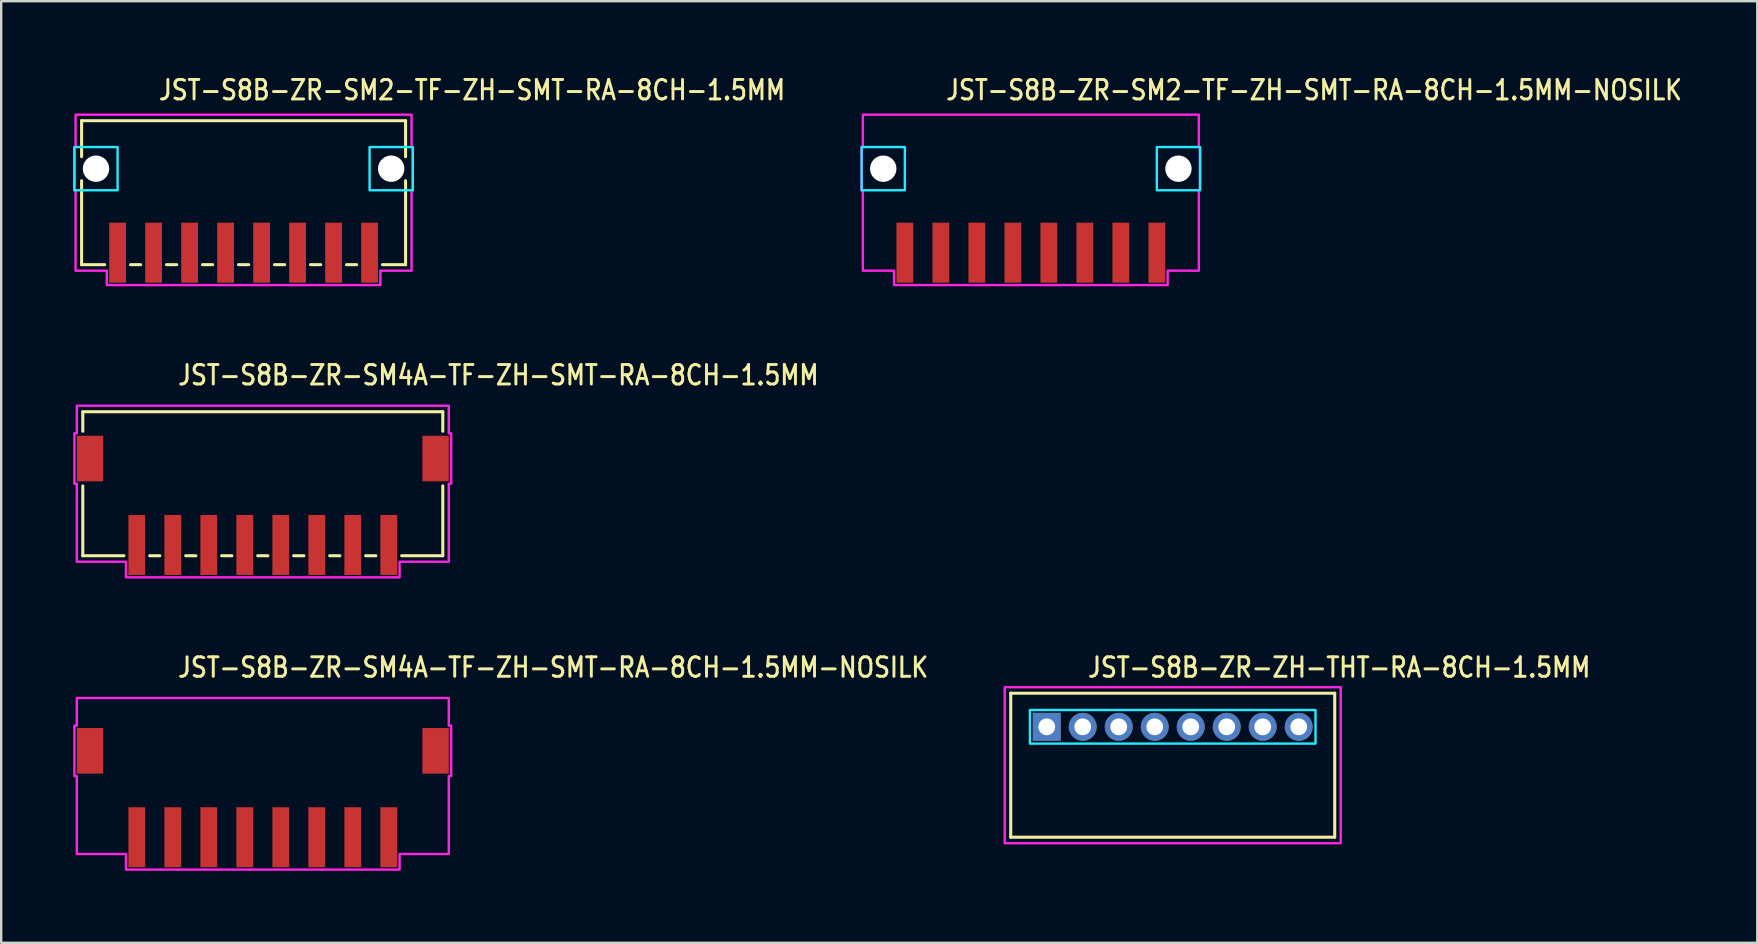
<source format=kicad_pcb>
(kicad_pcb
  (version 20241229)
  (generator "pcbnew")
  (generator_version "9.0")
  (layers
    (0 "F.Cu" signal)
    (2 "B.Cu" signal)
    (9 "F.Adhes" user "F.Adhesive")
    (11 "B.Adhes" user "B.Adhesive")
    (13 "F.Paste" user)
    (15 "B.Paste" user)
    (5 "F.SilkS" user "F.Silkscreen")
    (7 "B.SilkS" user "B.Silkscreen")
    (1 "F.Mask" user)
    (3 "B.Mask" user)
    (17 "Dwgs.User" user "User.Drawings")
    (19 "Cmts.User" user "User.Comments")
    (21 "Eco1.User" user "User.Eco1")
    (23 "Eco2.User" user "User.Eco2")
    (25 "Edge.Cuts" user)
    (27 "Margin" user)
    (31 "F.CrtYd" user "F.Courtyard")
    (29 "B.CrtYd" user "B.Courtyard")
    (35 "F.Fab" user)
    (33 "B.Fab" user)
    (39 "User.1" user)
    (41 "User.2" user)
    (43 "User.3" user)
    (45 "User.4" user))
  (footprint "JST-S8B-ZR-SM2-TF-ZH-SMT-RA-8CH-1.5MM"
    (layer "F.Cu")
    (at 7.1 3.979)
    (property "Reference" "JST-S8B-ZR-SM2-TF-ZH-SMT-RA-8CH-1.5MM" (at -3.6 -2.8 0) (unlocked yes) (layer "F.SilkS") (effects (font (size 0.813 0.695) (thickness 0.122)) (justify left bottom)))
    (fp_line (start -6.75 -2) (end -6.75 -0.5) (stroke (width 0.127) (type solid)) (layer "F.SilkS"))
    (fp_line (start -6.75 -2) (end 6.75 -2) (stroke (width 0.127) (type solid)) (layer "F.SilkS"))
    (fp_line (start -6.75 4) (end -6.75 0.5) (stroke (width 0.127) (type solid)) (layer "F.SilkS"))
    (fp_line (start -6.75 4) (end -5.787 4) (stroke (width 0.127) (type solid)) (layer "F.SilkS"))
    (fp_line (start -4.713 4) (end -4.287 4) (stroke (width 0.127) (type solid)) (layer "F.SilkS"))
    (fp_line (start -3.213 4) (end -2.787 4) (stroke (width 0.127) (type solid)) (layer "F.SilkS"))
    (fp_line (start -1.714 4) (end -1.286 4) (stroke (width 0.127) (type solid)) (layer "F.SilkS"))
    (fp_line (start -0.213 4) (end 0.213 4) (stroke (width 0.127) (type solid)) (layer "F.SilkS"))
    (fp_line (start 1.286 4) (end 1.714 4) (stroke (width 0.127) (type solid)) (layer "F.SilkS"))
    (fp_line (start 2.787 4) (end 3.213 4) (stroke (width 0.127) (type solid)) (layer "F.SilkS"))
    (fp_line (start 4.287 4) (end 4.713 4) (stroke (width 0.127) (type solid)) (layer "F.SilkS"))
    (fp_line (start 5.787 4) (end 6.75 4) (stroke (width 0.127) (type solid)) (layer "F.SilkS"))
    (fp_line (start 6.75 -0.5) (end 6.75 -2) (stroke (width 0.127) (type solid)) (layer "F.SilkS"))
    (fp_line (start 6.75 0.5) (end 6.75 4) (stroke (width 0.127) (type solid)) (layer "F.SilkS"))
    (fp_poly (pts (xy -7.05 -0.9) (xy -7.05 0.9) (xy -5.25 0.9) (xy -5.25 -0.9)) (stroke (width 0.1) (type solid)) (fill no) (layer "B.CrtYd"))
    (fp_poly (pts (xy 7.05 -0.9) (xy 7.05 0.9) (xy 5.25 0.9) (xy 5.25 -0.9)) (stroke (width 0.1) (type solid)) (fill no) (layer "B.CrtYd"))
    (fp_poly (pts (xy -7 -2.25) (xy -7 -0.9) (xy -7.05 -0.9) (xy -7.05 0.9) (xy -7 0.9) (xy -7 4.25) (xy -5.7 4.25) (xy -5.7 4.85) (xy 5.7 4.85) (xy 5.7 4.25) (xy 7 4.25) (xy 7 0.9) (xy 7.05 0.9) (xy 7.05 -0.9) (xy 7 -0.9) (xy 7 -2.25)) (stroke (width 0.1) (type solid)) (fill no) (layer "F.CrtYd"))
    (pad "" np_thru_hole circle (at -6.15 0) (size 1.1 1.1) (drill 1.1) (layers "*.Cu" "*.Mask"))
    (pad "" np_thru_hole circle (at 6.15 0) (size 1.1 1.1) (drill 1.1) (layers "*.Cu" "*.Mask"))
    (pad "1" smd rect (at 5.25 3.5) (size 0.7 2.5) (layers "F.Cu" "F.Mask" "F.Paste"))
    (pad "2" smd rect (at 3.75 3.5) (size 0.7 2.5) (layers "F.Cu" "F.Mask" "F.Paste"))
    (pad "3" smd rect (at 2.25 3.5) (size 0.7 2.5) (layers "F.Cu" "F.Mask" "F.Paste"))
    (pad "4" smd rect (at 0.75 3.5) (size 0.7 2.5) (layers "F.Cu" "F.Mask" "F.Paste"))
    (pad "5" smd rect (at -0.75 3.5) (size 0.7 2.5) (layers "F.Cu" "F.Mask" "F.Paste"))
    (pad "6" smd rect (at -2.25 3.5) (size 0.7 2.5) (layers "F.Cu" "F.Mask" "F.Paste"))
    (pad "7" smd rect (at -3.75 3.5) (size 0.7 2.5) (layers "F.Cu" "F.Mask" "F.Paste"))
    (pad "8" smd rect (at -5.25 3.5) (size 0.7 2.5) (layers "F.Cu" "F.Mask" "F.Paste")))
  (footprint "JST-S8B-ZR-SM4A-TF-ZH-SMT-RA-8CH-1.5MM-NOSILK"
    (layer "F.Cu")
    (at 7.9 28.236)
    (property "Reference" "JST-S8B-ZR-SM4A-TF-ZH-SMT-RA-8CH-1.5MM-NOSILK" (at -3.6 -3 0) (unlocked yes) (layer "F.SilkS") (effects (font (size 0.813 0.695) (thickness 0.122)) (justify left bottom)))
    (fp_poly (pts (xy -7.75 -2.2) (xy -7.75 -1.05) (xy -7.85 -1.05) (xy -7.85 1.05) (xy -7.75 1.05) (xy -7.75 4.3) (xy -5.7 4.3) (xy -5.7 4.95) (xy 5.7 4.95) (xy 5.7 4.3) (xy 7.75 4.3) (xy 7.75 1.05) (xy 7.85 1.05) (xy 7.85 -1.05) (xy 7.75 -1.05) (xy 7.75 -2.2)) (stroke (width 0.1) (type solid)) (fill no) (layer "F.CrtYd"))
    (pad "1" smd rect (at 5.25 3.6) (size 0.7 2.5) (layers "F.Cu" "F.Mask" "F.Paste"))
    (pad "2" smd rect (at 3.75 3.6) (size 0.7 2.5) (layers "F.Cu" "F.Mask" "F.Paste"))
    (pad "3" smd rect (at 2.25 3.6) (size 0.7 2.5) (layers "F.Cu" "F.Mask" "F.Paste"))
    (pad "4" smd rect (at 0.75 3.6) (size 0.7 2.5) (layers "F.Cu" "F.Mask" "F.Paste"))
    (pad "5" smd rect (at -0.75 3.6) (size 0.7 2.5) (layers "F.Cu" "F.Mask" "F.Paste"))
    (pad "6" smd rect (at -2.25 3.6) (size 0.7 2.5) (layers "F.Cu" "F.Mask" "F.Paste"))
    (pad "7" smd rect (at -3.75 3.6) (size 0.7 2.5) (layers "F.Cu" "F.Mask" "F.Paste"))
    (pad "8" smd rect (at -5.25 3.6) (size 0.7 2.5) (layers "F.Cu" "F.Mask" "F.Paste"))
    (pad "S_1" smd rect (at -7.2 0) (size 1.1 1.9) (layers "F.Cu" "F.Mask" "F.Paste"))
    (pad "S_2" smd rect (at 7.2 0) (size 1.1 1.9) (layers "F.Cu" "F.Mask" "F.Paste")))
  (footprint "JST-S8B-ZR-SM2-TF-ZH-SMT-RA-8CH-1.5MM-NOSILK"
    (layer "F.Cu")
    (at 39.904 3.979)
    (property "Reference" "JST-S8B-ZR-SM2-TF-ZH-SMT-RA-8CH-1.5MM-NOSILK" (at -3.6 -2.8 0) (unlocked yes) (layer "F.SilkS") (effects (font (size 0.813 0.695) (thickness 0.122)) (justify left bottom)))
    (fp_poly (pts (xy -7.05 -0.9) (xy -7.05 0.9) (xy -5.25 0.9) (xy -5.25 -0.9)) (stroke (width 0.1) (type solid)) (fill no) (layer "B.CrtYd"))
    (fp_poly (pts (xy 7.05 -0.9) (xy 7.05 0.9) (xy 5.25 0.9) (xy 5.25 -0.9)) (stroke (width 0.1) (type solid)) (fill no) (layer "B.CrtYd"))
    (fp_poly (pts (xy -7 -2.25) (xy -7 -0.9) (xy -7.05 -0.9) (xy -7.05 0.9) (xy -7 0.9) (xy -7 4.25) (xy -5.7 4.25) (xy -5.7 4.85) (xy 5.7 4.85) (xy 5.7 4.25) (xy 7 4.25) (xy 7 0.9) (xy 7.05 0.9) (xy 7.05 -0.9) (xy 7 -0.9) (xy 7 -2.25)) (stroke (width 0.1) (type solid)) (fill no) (layer "F.CrtYd"))
    (pad "" np_thru_hole circle (at -6.15 0) (size 1.1 1.1) (drill 1.1) (layers "*.Cu" "*.Mask"))
    (pad "" np_thru_hole circle (at 6.15 0) (size 1.1 1.1) (drill 1.1) (layers "*.Cu" "*.Mask"))
    (pad "1" smd rect (at 5.25 3.5) (size 0.7 2.5) (layers "F.Cu" "F.Mask" "F.Paste"))
    (pad "2" smd rect (at 3.75 3.5) (size 0.7 2.5) (layers "F.Cu" "F.Mask" "F.Paste"))
    (pad "3" smd rect (at 2.25 3.5) (size 0.7 2.5) (layers "F.Cu" "F.Mask" "F.Paste"))
    (pad "4" smd rect (at 0.75 3.5) (size 0.7 2.5) (layers "F.Cu" "F.Mask" "F.Paste"))
    (pad "5" smd rect (at -0.75 3.5) (size 0.7 2.5) (layers "F.Cu" "F.Mask" "F.Paste"))
    (pad "6" smd rect (at -2.25 3.5) (size 0.7 2.5) (layers "F.Cu" "F.Mask" "F.Paste"))
    (pad "7" smd rect (at -3.75 3.5) (size 0.7 2.5) (layers "F.Cu" "F.Mask" "F.Paste"))
    (pad "8" smd rect (at -5.25 3.5) (size 0.7 2.5) (layers "F.Cu" "F.Mask" "F.Paste")))
  (footprint "JST-S8B-ZR-SM4A-TF-ZH-SMT-RA-8CH-1.5MM"
    (layer "F.Cu")
    (at 7.9 16.057)
    (property "Reference" "JST-S8B-ZR-SM4A-TF-ZH-SMT-RA-8CH-1.5MM" (at -3.6 -3 0) (unlocked yes) (layer "F.SilkS") (effects (font (size 0.813 0.695) (thickness 0.122)) (justify left bottom)))
    (fp_line (start -7.5 -1.95) (end -7.5 -1.137) (stroke (width 0.127) (type solid)) (layer "F.SilkS"))
    (fp_line (start -7.5 -1.95) (end 7.5 -1.95) (stroke (width 0.127) (type solid)) (layer "F.SilkS"))
    (fp_line (start -7.5 4.05) (end -7.5 1.137) (stroke (width 0.127) (type solid)) (layer "F.SilkS"))
    (fp_line (start -7.5 4.05) (end -5.787 4.05) (stroke (width 0.127) (type solid)) (layer "F.SilkS"))
    (fp_line (start -4.713 4.05) (end -4.287 4.05) (stroke (width 0.127) (type solid)) (layer "F.SilkS"))
    (fp_line (start -3.213 4.05) (end -2.787 4.05) (stroke (width 0.127) (type solid)) (layer "F.SilkS"))
    (fp_line (start -1.714 4.05) (end -1.286 4.05) (stroke (width 0.127) (type solid)) (layer "F.SilkS"))
    (fp_line (start -0.213 4.05) (end 0.213 4.05) (stroke (width 0.127) (type solid)) (layer "F.SilkS"))
    (fp_line (start 1.286 4.05) (end 1.714 4.05) (stroke (width 0.127) (type solid)) (layer "F.SilkS"))
    (fp_line (start 2.787 4.05) (end 3.213 4.05) (stroke (width 0.127) (type solid)) (layer "F.SilkS"))
    (fp_line (start 4.287 4.05) (end 4.713 4.05) (stroke (width 0.127) (type solid)) (layer "F.SilkS"))
    (fp_line (start 5.787 4.05) (end 7.5 4.05) (stroke (width 0.127) (type solid)) (layer "F.SilkS"))
    (fp_line (start 7.5 -1.137) (end 7.5 -1.95) (stroke (width 0.127) (type solid)) (layer "F.SilkS"))
    (fp_line (start 7.5 1.137) (end 7.5 4.05) (stroke (width 0.127) (type solid)) (layer "F.SilkS"))
    (fp_poly (pts (xy -7.75 -2.2) (xy -7.75 -1.05) (xy -7.85 -1.05) (xy -7.85 1.05) (xy -7.75 1.05) (xy -7.75 4.3) (xy -5.7 4.3) (xy -5.7 4.95) (xy 5.7 4.95) (xy 5.7 4.3) (xy 7.75 4.3) (xy 7.75 1.05) (xy 7.85 1.05) (xy 7.85 -1.05) (xy 7.75 -1.05) (xy 7.75 -2.2)) (stroke (width 0.1) (type solid)) (fill no) (layer "F.CrtYd"))
    (pad "1" smd rect (at 5.25 3.6) (size 0.7 2.5) (layers "F.Cu" "F.Mask" "F.Paste"))
    (pad "2" smd rect (at 3.75 3.6) (size 0.7 2.5) (layers "F.Cu" "F.Mask" "F.Paste"))
    (pad "3" smd rect (at 2.25 3.6) (size 0.7 2.5) (layers "F.Cu" "F.Mask" "F.Paste"))
    (pad "4" smd rect (at 0.75 3.6) (size 0.7 2.5) (layers "F.Cu" "F.Mask" "F.Paste"))
    (pad "5" smd rect (at -0.75 3.6) (size 0.7 2.5) (layers "F.Cu" "F.Mask" "F.Paste"))
    (pad "6" smd rect (at -2.25 3.6) (size 0.7 2.5) (layers "F.Cu" "F.Mask" "F.Paste"))
    (pad "7" smd rect (at -3.75 3.6) (size 0.7 2.5) (layers "F.Cu" "F.Mask" "F.Paste"))
    (pad "8" smd rect (at -5.25 3.6) (size 0.7 2.5) (layers "F.Cu" "F.Mask" "F.Paste"))
    (pad "S_1" smd rect (at -7.2 0) (size 1.1 1.9) (layers "F.Cu" "F.Mask" "F.Paste"))
    (pad "S_2" smd rect (at 7.2 0) (size 1.1 1.9) (layers "F.Cu" "F.Mask" "F.Paste")))
  (footprint "JST-S8B-ZR-ZH-THT-RA-8CH-1.5MM"
    (layer "F.Cu")
    (at 45.816 27.236)
    (property "Reference" "JST-S8B-ZR-ZH-THT-RA-8CH-1.5MM" (at -3.6 -2 0) (unlocked yes) (layer "F.SilkS") (effects (font (size 0.813 0.695) (thickness 0.122)) (justify left bottom)))
    (fp_line (start -6.75 -1.4) (end 6.75 -1.4) (stroke (width 0.127) (type solid)) (layer "F.SilkS"))
    (fp_line (start -6.75 4.6) (end -6.75 -1.4) (stroke (width 0.127) (type solid)) (layer "F.SilkS"))
    (fp_line (start -6.75 4.6) (end 6.75 4.6) (stroke (width 0.127) (type solid)) (layer "F.SilkS"))
    (fp_line (start 6.75 -1.4) (end 6.75 4.6) (stroke (width 0.127) (type solid)) (layer "F.SilkS"))
    (fp_poly (pts (xy -5.95 -0.7) (xy -5.95 0.7) (xy 5.95 0.7) (xy 5.95 -0.7)) (stroke (width 0.1) (type solid)) (fill no) (layer "B.CrtYd"))
    (fp_poly (pts (xy -7 -1.65) (xy -7 4.85) (xy 7 4.85) (xy 7 -1.65)) (stroke (width 0.1) (type solid)) (fill no) (layer "F.CrtYd"))
    (pad "1" thru_hole rect (at -5.25 0) (size 1.167 1.167) (drill 0.7) (layers "*.Cu" "*.Mask"))
    (pad "2" thru_hole oval (at -3.75 0) (size 1.167 1.167) (drill 0.7) (layers "*.Cu" "*.Mask"))
    (pad "3" thru_hole oval (at -2.25 0) (size 1.167 1.167) (drill 0.7) (layers "*.Cu" "*.Mask"))
    (pad "4" thru_hole oval (at -0.75 0) (size 1.167 1.167) (drill 0.7) (layers "*.Cu" "*.Mask"))
    (pad "5" thru_hole oval (at 0.75 0) (size 1.167 1.167) (drill 0.7) (layers "*.Cu" "*.Mask"))
    (pad "6" thru_hole oval (at 2.25 0) (size 1.167 1.167) (drill 0.7) (layers "*.Cu" "*.Mask"))
    (pad "7" thru_hole oval (at 3.75 0) (size 1.167 1.167) (drill 0.7) (layers "*.Cu" "*.Mask"))
    (pad "8" thru_hole oval (at 5.25 0) (size 1.167 1.167) (drill 0.7) (layers "*.Cu" "*.Mask")))
  (gr_rect
    (start -3 -3)
    (end 70.174 36.236)
    (stroke (width 0.1) (type default))
    (fill no)
    (layer "Edge.Cuts")))
</source>
